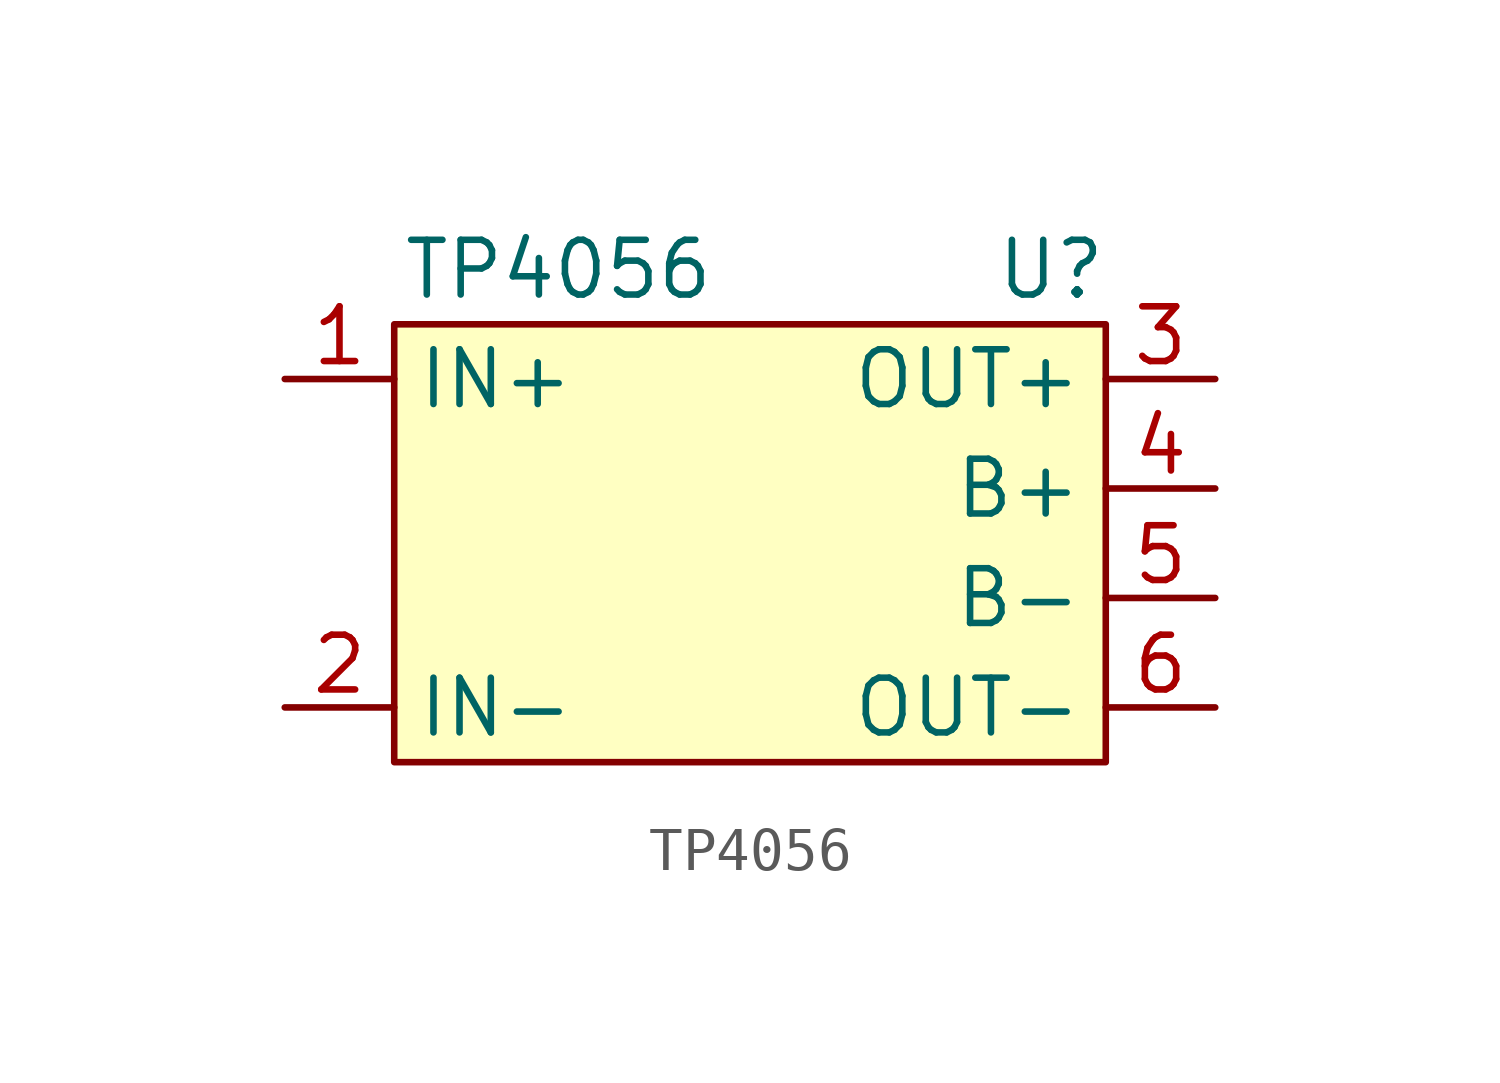
<source format=kicad_sym>
(kicad_symbol_lib
  (version 20211014)
  (generator kicad_symbol_editor)
  (symbol "TP4056"
    (property "Reference" "U"
      (at 8.89 0 0)
      (effects (font (size 1.27 1.27))))
    (property "Value" "TP4056"
      (at -2.54 0 0)
      (effects (font (size 1.27 1.27))))
    (symbol "TP4056_0_1"
      (rectangle (start -6.35 -1.27) (end 10.16 -11.43) (stroke (width 0) (type default) (color 0 0 0 0)) (fill (type background))))
    (symbol "TP4056_1_1"
      (pin power_in line (at -8.89 -2.54 0) (length 2.54) (name "IN+" (effects (font (size 1.27 1.27)))) (number "1" (effects (font (size 1.27 1.27)))))
      (pin power_in line (at -8.89 -10.16 0) (length 2.54) (name "IN-" (effects (font (size 1.27 1.27)))) (number "2" (effects (font (size 1.27 1.27)))))
      (pin power_out line (at 12.7 -2.54 180) (length 2.54) (name "OUT+" (effects (font (size 1.27 1.27)))) (number "3" (effects (font (size 1.27 1.27)))))
      (pin power_in line (at 12.7 -5.08 180) (length 2.54) (name "B+" (effects (font (size 1.27 1.27)))) (number "4" (effects (font (size 1.27 1.27)))))
      (pin power_in line (at 12.7 -7.62 180) (length 2.54) (name "B-" (effects (font (size 1.27 1.27)))) (number "5" (effects (font (size 1.27 1.27)))))
      (pin power_out line (at 12.7 -10.16 180) (length 2.54) (name "OUT-" (effects (font (size 1.27 1.27)))) (number "6" (effects (font (size 1.27 1.27))))))))
</source>
